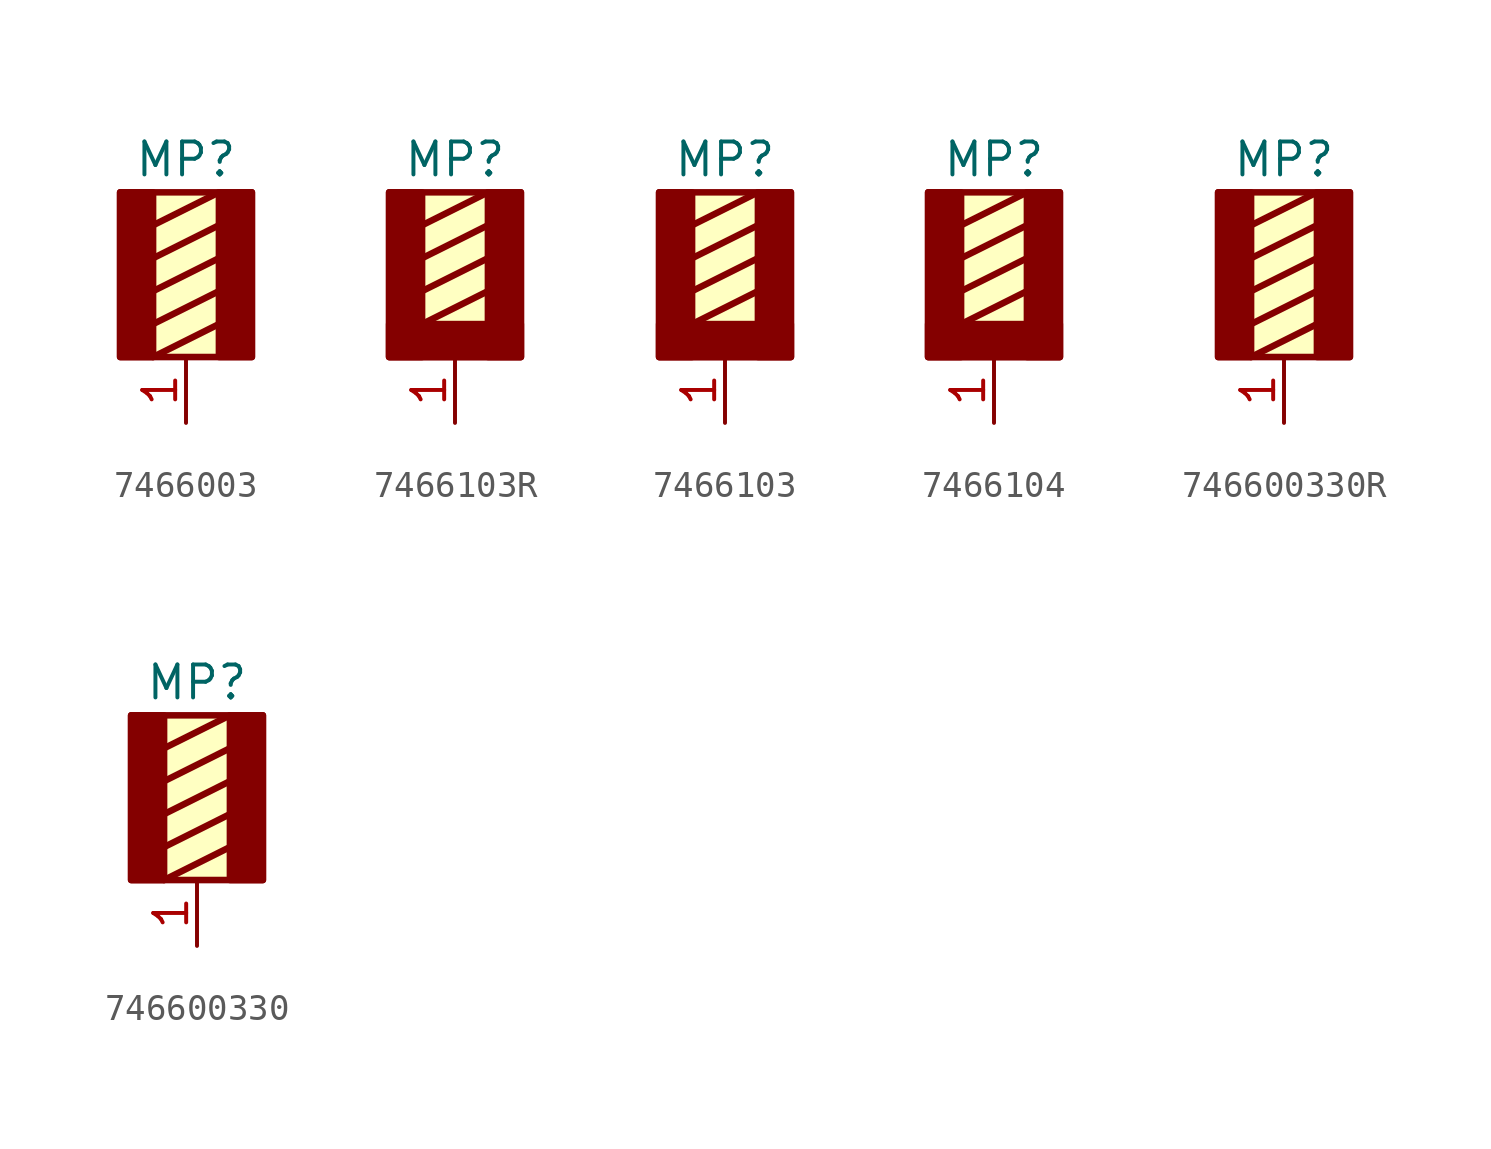
<source format=kicad_sym>
(kicad_symbol_lib
  (version 20220914)
  (generator kicad_symbol_editor)
  (symbol "7466003"
    (pin_names hide)
    (property "Reference" "MP"
      (at 0 5.08 0)
      (effects (font (size 1.27 1.27))))
    (symbol "7466003_0_0"
      (rectangle (start -2.54 3.81) (end 2.54 -2.54) (stroke (width 0.254) (type default)) (fill (type background)))
      (polyline (pts (xy -1.27 2.54) (xy 1.27 3.81)) (stroke (width 0.254) (type default)) (fill (type none)))
      (polyline (pts (xy 1.27 -1.27) (xy -1.27 -2.54)) (stroke (width 0.254) (type default)) (fill (type none)))
      (polyline (pts (xy 1.27 0) (xy -1.27 -1.27)) (stroke (width 0.254) (type default)) (fill (type none)))
      (polyline (pts (xy 1.27 1.27) (xy -1.27 0)) (stroke (width 0.254) (type default)) (fill (type none)))
      (polyline (pts (xy 1.27 2.54) (xy -1.27 1.27)) (stroke (width 0.254) (type default)) (fill (type none))))
    (symbol "7466003_1_0"
      (rectangle (start -2.54 3.81) (end -1.27 -2.54) (stroke (width 0.254) (type default)) (fill (type outline)))
      (rectangle (start 1.27 3.81) (end 2.54 -2.54) (stroke (width 0.254) (type default)) (fill (type outline)))
      (pin passive line (at 0 -5.08 90) (length 2.54) (name "1" (effects (font (size 1.27 1.27)))) (number "1" (effects (font (size 1.27 1.27)))))))
  (symbol "7466103R"
    (pin_names hide)
    (property "Reference" "MP"
      (at 0 5.08 0)
      (effects (font (size 1.27 1.27))))
    (symbol "7466103R_0_0"
      (rectangle (start -2.54 3.81) (end 2.54 -2.54) (stroke (width 0.254) (type default)) (fill (type background)))
      (polyline (pts (xy -1.27 2.54) (xy 1.27 3.81)) (stroke (width 0.254) (type default)) (fill (type none)))
      (polyline (pts (xy 1.27 0) (xy -1.27 -1.27)) (stroke (width 0.254) (type default)) (fill (type none)))
      (polyline (pts (xy 1.27 1.27) (xy -1.27 0)) (stroke (width 0.254) (type default)) (fill (type none)))
      (polyline (pts (xy 1.27 2.54) (xy -1.27 1.27)) (stroke (width 0.254) (type default)) (fill (type none))))
    (symbol "7466103R_1_0"
      (rectangle (start -2.54 -1.27) (end 2.54 -2.54) (stroke (width 0.254) (type default)) (fill (type outline)))
      (rectangle (start -2.54 3.81) (end -1.27 -2.54) (stroke (width 0.254) (type default)) (fill (type outline)))
      (rectangle (start 1.27 3.81) (end 2.54 -2.54) (stroke (width 0.254) (type default)) (fill (type outline)))
      (pin passive line (at 0 -5.08 90) (length 2.54) (name "1" (effects (font (size 1.27 1.27)))) (number "1" (effects (font (size 1.27 1.27)))))))
  (symbol "7466103"
    (pin_names hide)
    (property "Reference" "MP"
      (at 0 5.08 0)
      (effects (font (size 1.27 1.27))))
    (symbol "7466103_0_0"
      (rectangle (start -2.54 3.81) (end 2.54 -2.54) (stroke (width 0.254) (type default)) (fill (type background)))
      (polyline (pts (xy -1.27 2.54) (xy 1.27 3.81)) (stroke (width 0.254) (type default)) (fill (type none)))
      (polyline (pts (xy 1.27 0) (xy -1.27 -1.27)) (stroke (width 0.254) (type default)) (fill (type none)))
      (polyline (pts (xy 1.27 1.27) (xy -1.27 0)) (stroke (width 0.254) (type default)) (fill (type none)))
      (polyline (pts (xy 1.27 2.54) (xy -1.27 1.27)) (stroke (width 0.254) (type default)) (fill (type none))))
    (symbol "7466103_1_0"
      (rectangle (start -2.54 -1.27) (end 2.54 -2.54) (stroke (width 0.254) (type default)) (fill (type outline)))
      (rectangle (start -2.54 3.81) (end -1.27 -2.54) (stroke (width 0.254) (type default)) (fill (type outline)))
      (rectangle (start 1.27 3.81) (end 2.54 -2.54) (stroke (width 0.254) (type default)) (fill (type outline)))
      (pin passive line (at 0 -5.08 90) (length 2.54) (name "1" (effects (font (size 1.27 1.27)))) (number "1" (effects (font (size 1.27 1.27)))))))
  (symbol "7466104"
    (pin_names hide)
    (property "Reference" "MP"
      (at 0 5.08 0)
      (effects (font (size 1.27 1.27))))
    (symbol "7466104_0_0"
      (rectangle (start -2.54 3.81) (end 2.54 -2.54) (stroke (width 0.254) (type default)) (fill (type background)))
      (polyline (pts (xy -1.27 2.54) (xy 1.27 3.81)) (stroke (width 0.254) (type default)) (fill (type none)))
      (polyline (pts (xy 1.27 0) (xy -1.27 -1.27)) (stroke (width 0.254) (type default)) (fill (type none)))
      (polyline (pts (xy 1.27 1.27) (xy -1.27 0)) (stroke (width 0.254) (type default)) (fill (type none)))
      (polyline (pts (xy 1.27 2.54) (xy -1.27 1.27)) (stroke (width 0.254) (type default)) (fill (type none))))
    (symbol "7466104_1_0"
      (rectangle (start -2.54 -1.27) (end 2.54 -2.54) (stroke (width 0.254) (type default)) (fill (type outline)))
      (rectangle (start -2.54 3.81) (end -1.27 -2.54) (stroke (width 0.254) (type default)) (fill (type outline)))
      (rectangle (start 1.27 3.81) (end 2.54 -2.54) (stroke (width 0.254) (type default)) (fill (type outline)))
      (pin passive line (at 0 -5.08 90) (length 2.54) (name "1" (effects (font (size 1.27 1.27)))) (number "1" (effects (font (size 1.27 1.27)))))))
  (symbol "746600330R"
    (pin_names hide)
    (property "Reference" "MP"
      (at 0 5.08 0)
      (effects (font (size 1.27 1.27))))
    (symbol "746600330R_0_0"
      (rectangle (start -2.54 3.81) (end 2.54 -2.54) (stroke (width 0.254) (type default)) (fill (type background)))
      (polyline (pts (xy -1.27 2.54) (xy 1.27 3.81)) (stroke (width 0.254) (type default)) (fill (type none)))
      (polyline (pts (xy 1.27 -1.27) (xy -1.27 -2.54)) (stroke (width 0.254) (type default)) (fill (type none)))
      (polyline (pts (xy 1.27 0) (xy -1.27 -1.27)) (stroke (width 0.254) (type default)) (fill (type none)))
      (polyline (pts (xy 1.27 1.27) (xy -1.27 0)) (stroke (width 0.254) (type default)) (fill (type none)))
      (polyline (pts (xy 1.27 2.54) (xy -1.27 1.27)) (stroke (width 0.254) (type default)) (fill (type none))))
    (symbol "746600330R_1_0"
      (rectangle (start -2.54 3.81) (end -1.27 -2.54) (stroke (width 0.254) (type default)) (fill (type outline)))
      (rectangle (start 1.27 3.81) (end 2.54 -2.54) (stroke (width 0.254) (type default)) (fill (type outline)))
      (pin passive line (at 0 -5.08 90) (length 2.54) (name "1" (effects (font (size 1.27 1.27)))) (number "1" (effects (font (size 1.27 1.27)))))))
  (symbol "746600330"
    (pin_names hide)
    (property "Reference" "MP"
      (at 0 5.08 0)
      (effects (font (size 1.27 1.27))))
    (symbol "746600330_0_0"
      (rectangle (start -2.54 3.81) (end 2.54 -2.54) (stroke (width 0.254) (type default)) (fill (type background)))
      (polyline (pts (xy -1.27 2.54) (xy 1.27 3.81)) (stroke (width 0.254) (type default)) (fill (type none)))
      (polyline (pts (xy 1.27 -1.27) (xy -1.27 -2.54)) (stroke (width 0.254) (type default)) (fill (type none)))
      (polyline (pts (xy 1.27 0) (xy -1.27 -1.27)) (stroke (width 0.254) (type default)) (fill (type none)))
      (polyline (pts (xy 1.27 1.27) (xy -1.27 0)) (stroke (width 0.254) (type default)) (fill (type none)))
      (polyline (pts (xy 1.27 2.54) (xy -1.27 1.27)) (stroke (width 0.254) (type default)) (fill (type none))))
    (symbol "746600330_1_0"
      (rectangle (start -2.54 3.81) (end -1.27 -2.54) (stroke (width 0.254) (type default)) (fill (type outline)))
      (rectangle (start 1.27 3.81) (end 2.54 -2.54) (stroke (width 0.254) (type default)) (fill (type outline)))
      (pin passive line (at 0 -5.08 90) (length 2.54) (name "1" (effects (font (size 1.27 1.27)))) (number "1" (effects (font (size 1.27 1.27))))))))
</source>
